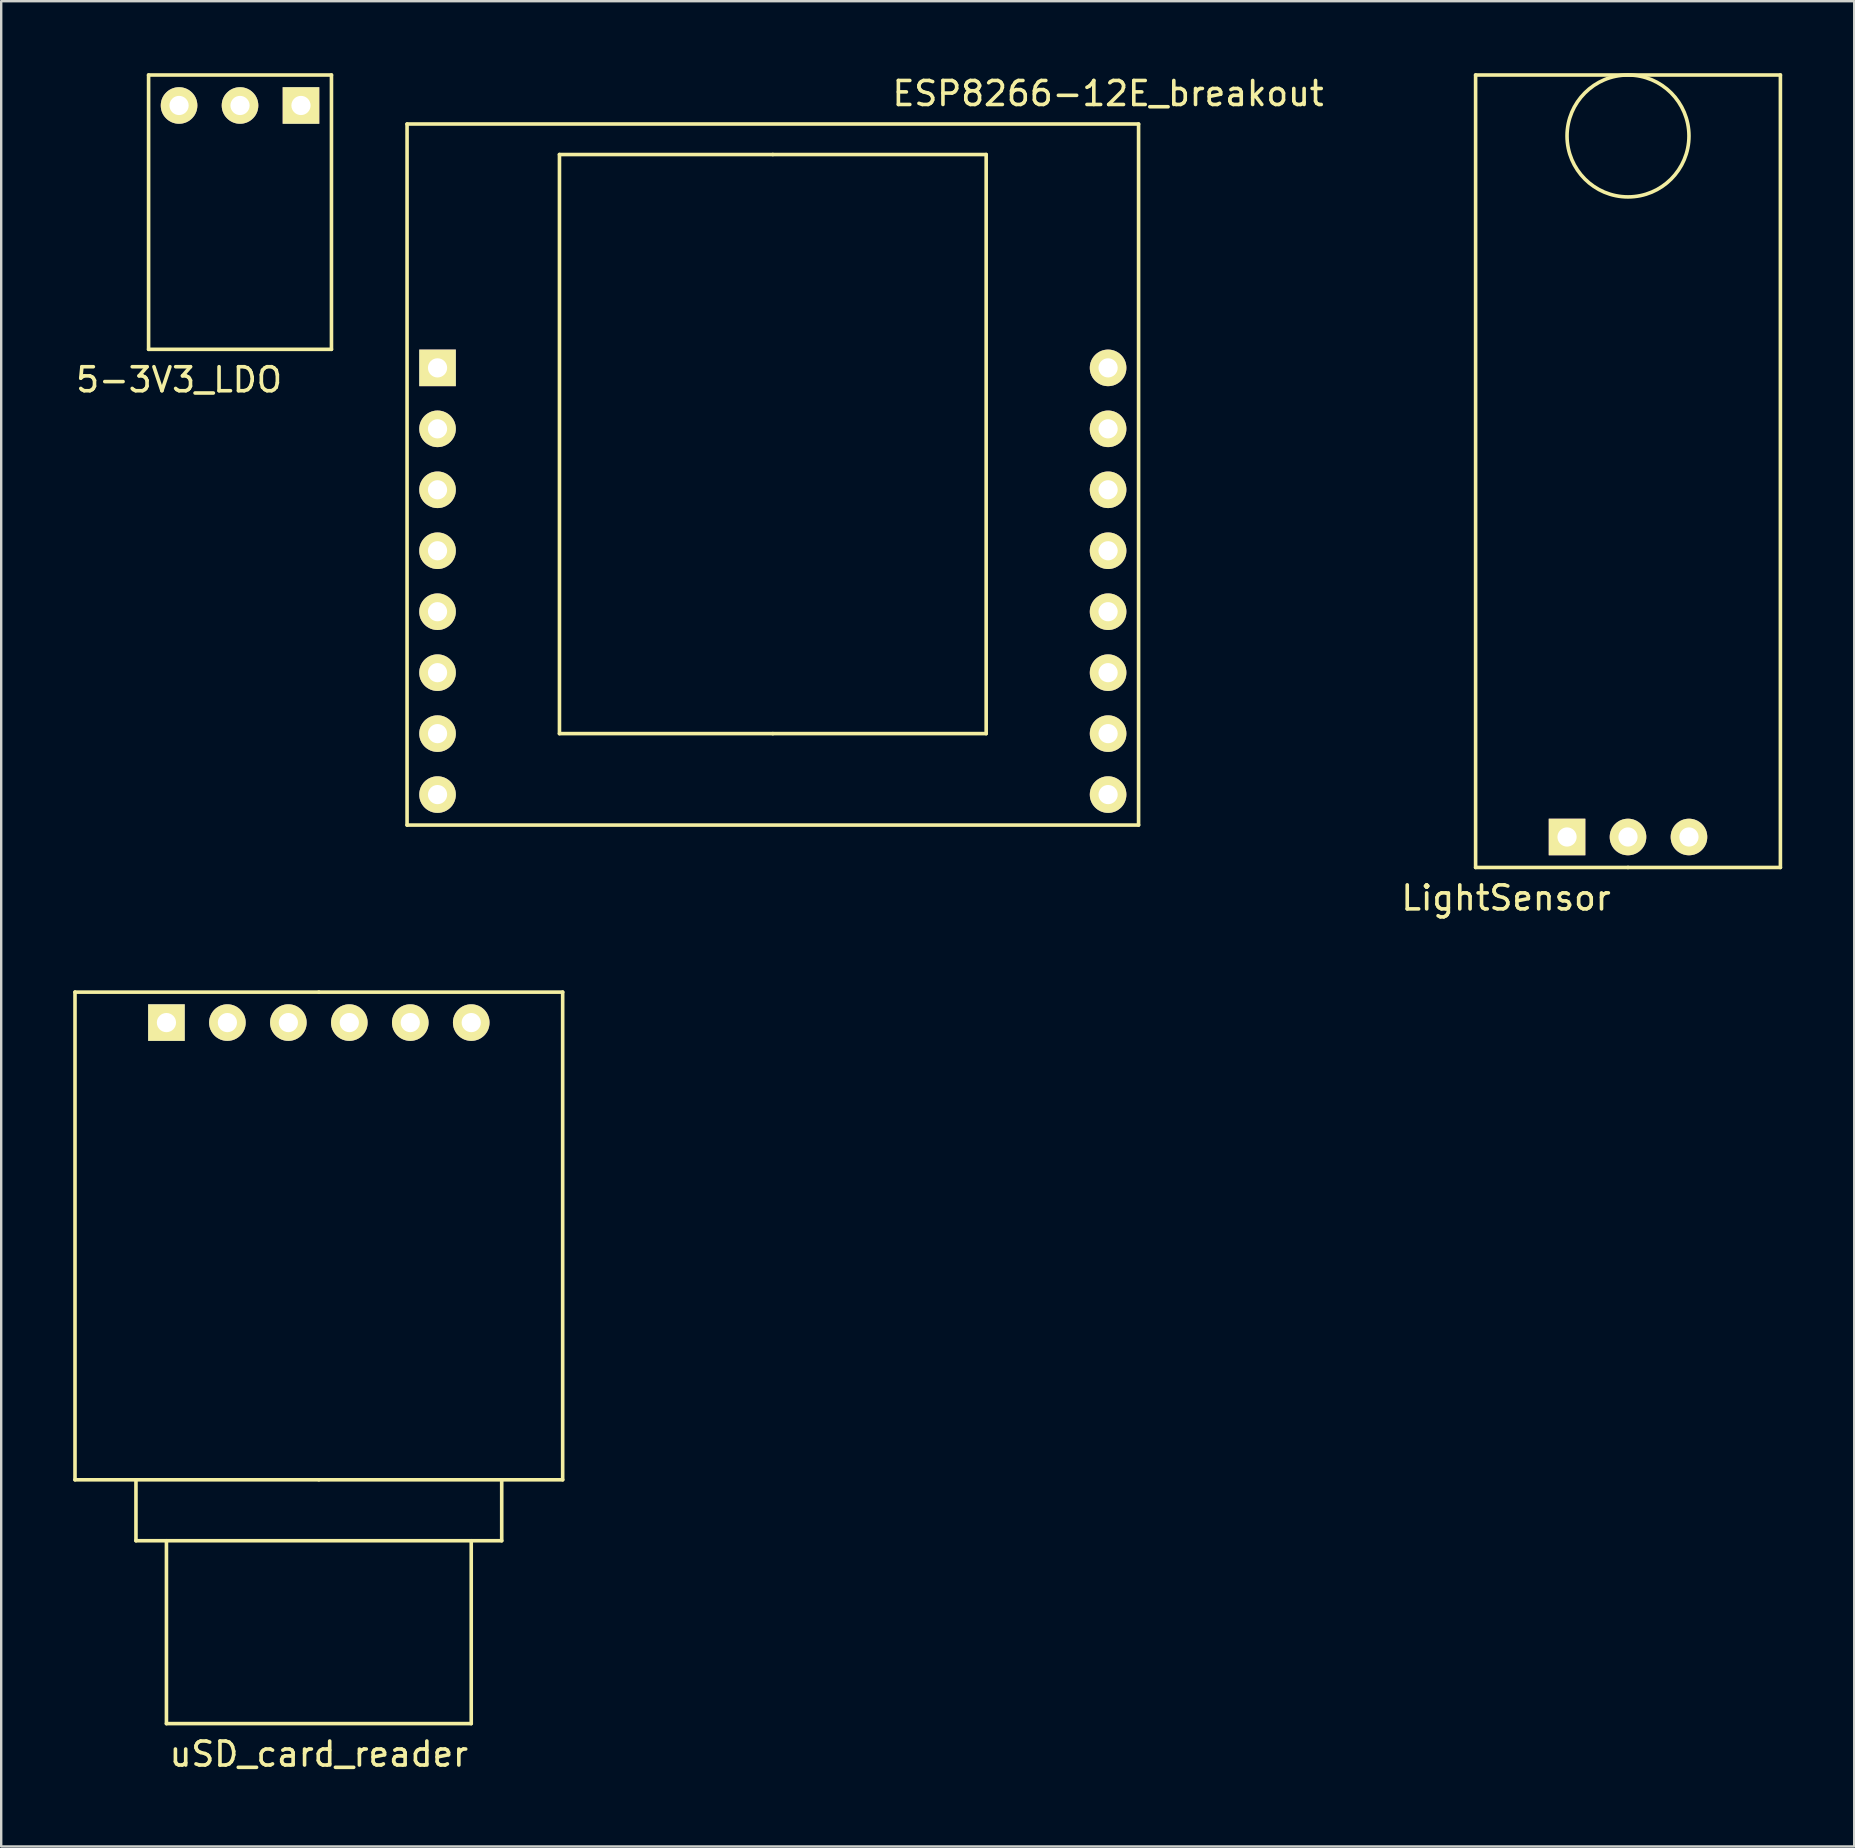
<source format=kicad_pcb>
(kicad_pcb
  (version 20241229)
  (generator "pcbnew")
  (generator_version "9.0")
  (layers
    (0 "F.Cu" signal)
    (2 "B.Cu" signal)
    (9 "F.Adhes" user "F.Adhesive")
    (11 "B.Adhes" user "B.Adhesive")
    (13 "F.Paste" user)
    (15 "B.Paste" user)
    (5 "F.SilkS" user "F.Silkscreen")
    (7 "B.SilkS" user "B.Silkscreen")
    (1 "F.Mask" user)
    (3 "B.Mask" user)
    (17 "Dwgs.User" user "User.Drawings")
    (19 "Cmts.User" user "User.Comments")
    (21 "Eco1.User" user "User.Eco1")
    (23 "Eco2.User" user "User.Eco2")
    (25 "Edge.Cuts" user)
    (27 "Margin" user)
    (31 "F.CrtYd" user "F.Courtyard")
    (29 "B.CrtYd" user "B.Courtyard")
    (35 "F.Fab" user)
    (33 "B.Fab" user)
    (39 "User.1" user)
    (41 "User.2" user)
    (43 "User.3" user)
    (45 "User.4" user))
  (footprint "uSD_card_reader"
    (layer "F.Cu")
    (at 3.885 39.558)
    (property "Reference" "uSD_card_reader" (at 6.35 30.48 0) (layer "F.SilkS") (effects (font (size 1 1) (thickness 0.15))))
    (attr through_hole)
    (fp_line (start -3.81 -1.27) (end 6.35 -1.27) (stroke (width 0.15) (type solid)) (layer "F.SilkS"))
    (fp_line (start -3.81 19.05) (end -3.81 -1.27) (stroke (width 0.15) (type solid)) (layer "F.SilkS"))
    (fp_line (start -1.27 21.59) (end -1.27 19.05) (stroke (width 0.15) (type solid)) (layer "F.SilkS"))
    (fp_line (start 0 29.21) (end 0 21.59) (stroke (width 0.15) (type solid)) (layer "F.SilkS"))
    (fp_line (start 6.35 -1.27) (end 16.51 -1.27) (stroke (width 0.15) (type solid)) (layer "F.SilkS"))
    (fp_line (start 6.35 19.05) (end -3.81 19.05) (stroke (width 0.15) (type solid)) (layer "F.SilkS"))
    (fp_line (start 12.7 21.59) (end 12.7 29.21) (stroke (width 0.15) (type solid)) (layer "F.SilkS"))
    (fp_line (start 12.7 29.21) (end 0 29.21) (stroke (width 0.15) (type solid)) (layer "F.SilkS"))
    (fp_line (start 13.97 19.05) (end 13.97 21.59) (stroke (width 0.15) (type solid)) (layer "F.SilkS"))
    (fp_line (start 13.97 21.59) (end -1.27 21.59) (stroke (width 0.15) (type solid)) (layer "F.SilkS"))
    (fp_line (start 16.51 -1.27) (end 16.51 19.05) (stroke (width 0.15) (type solid)) (layer "F.SilkS"))
    (fp_line (start 16.51 19.05) (end 6.35 19.05) (stroke (width 0.15) (type solid)) (layer "F.SilkS"))
    (pad "1" thru_hole rect (at 0 0) (size 1.524 1.524) (drill 0.8) (layers "*.Cu" "*.Mask" "F.SilkS"))
    (pad "2" thru_hole circle (at 2.54 0) (size 1.524 1.524) (drill 0.8) (layers "*.Cu" "*.Mask" "F.SilkS"))
    (pad "3" thru_hole circle (at 5.08 0) (size 1.524 1.524) (drill 0.8) (layers "*.Cu" "*.Mask" "F.SilkS"))
    (pad "4" thru_hole circle (at 7.62 0) (size 1.524 1.524) (drill 0.8) (layers "*.Cu" "*.Mask" "F.SilkS"))
    (pad "5" thru_hole circle (at 10.16 0) (size 1.524 1.524) (drill 0.8) (layers "*.Cu" "*.Mask" "F.SilkS"))
    (pad "6" thru_hole circle (at 12.7 0) (size 1.524 1.524) (drill 0.8) (layers "*.Cu" "*.Mask" "F.SilkS")))
  (footprint "5-3V3_LDO"
    (layer "F.Cu")
    (at 9.491 1.345)
    (property "Reference" "5-3V3_LDO" (at -5.08 11.43 0) (layer "F.SilkS") (effects (font (size 1 1) (thickness 0.15))))
    (attr through_hole)
    (fp_line (start -6.35 -1.27) (end 1.27 -1.27) (stroke (width 0.15) (type solid)) (layer "F.SilkS"))
    (fp_line (start -6.35 10.16) (end -6.35 -1.27) (stroke (width 0.15) (type solid)) (layer "F.SilkS"))
    (fp_line (start 1.27 -1.27) (end 1.27 10.16) (stroke (width 0.15) (type solid)) (layer "F.SilkS"))
    (fp_line (start 1.27 10.16) (end -6.35 10.16) (stroke (width 0.15) (type solid)) (layer "F.SilkS"))
    (pad "1" thru_hole rect (at 0 0) (size 1.524 1.524) (drill 0.8) (layers "*.Cu" "*.Mask" "F.SilkS"))
    (pad "2" thru_hole circle (at -2.54 0) (size 1.524 1.524) (drill 0.8) (layers "*.Cu" "*.Mask" "F.SilkS"))
    (pad "3" thru_hole circle (at -5.08 0) (size 1.524 1.524) (drill 0.8) (layers "*.Cu" "*.Mask" "F.SilkS")))
  (footprint "LightSensor"
    (layer "F.Cu")
    (at 62.244 31.825)
    (property "Reference" "LightSensor" (at -2.54 2.54 0) (layer "F.SilkS") (effects (font (size 1 1) (thickness 0.15))))
    (attr through_hole)
    (fp_line (start -3.81 -31.75) (end -3.81 1.27) (stroke (width 0.15) (type solid)) (layer "F.SilkS"))
    (fp_line (start -3.81 1.27) (end 2.54 1.27) (stroke (width 0.15) (type solid)) (layer "F.SilkS"))
    (fp_line (start 2.54 1.27) (end 8.89 1.27) (stroke (width 0.15) (type solid)) (layer "F.SilkS"))
    (fp_line (start 8.89 -31.75) (end -3.81 -31.75) (stroke (width 0.15) (type solid)) (layer "F.SilkS"))
    (fp_line (start 8.89 1.27) (end 8.89 -31.75) (stroke (width 0.15) (type solid)) (layer "F.SilkS"))
    (fp_circle (center 2.54 -29.21) (end 2.54 -31.75) (stroke (width 0.15) (type solid)) (fill no) (layer "F.SilkS"))
    (pad "1" thru_hole rect (at 0 0) (size 1.524 1.524) (drill 0.8) (layers "*.Cu" "*.Mask" "F.SilkS"))
    (pad "2" thru_hole circle (at 2.54 0) (size 1.524 1.524) (drill 0.8) (layers "*.Cu" "*.Mask" "F.SilkS"))
    (pad "3" thru_hole circle (at 5.08 0) (size 1.524 1.524) (drill 0.8) (layers "*.Cu" "*.Mask" "F.SilkS")))
  (footprint "ESP8266-12E_breakout"
    (layer "F.Cu")
    (at 15.181 12.278)
    (property "Reference" "ESP8266-12E_breakout" (at 27.94 -11.43 0) (layer "F.SilkS") (effects (font (size 1 1) (thickness 0.15))))
    (attr through_hole)
    (fp_line (start -1.27 -10.16) (end -1.27 19.05) (stroke (width 0.15) (type solid)) (layer "F.SilkS"))
    (fp_line (start -1.27 19.05) (end 29.21 19.05) (stroke (width 0.15) (type solid)) (layer "F.SilkS"))
    (fp_line (start 5.08 -8.89) (end 13.97 -8.89) (stroke (width 0.15) (type solid)) (layer "F.SilkS"))
    (fp_line (start 5.08 15.24) (end 5.08 -8.89) (stroke (width 0.15) (type solid)) (layer "F.SilkS"))
    (fp_line (start 13.97 -8.89) (end 22.86 -8.89) (stroke (width 0.15) (type solid)) (layer "F.SilkS"))
    (fp_line (start 13.97 15.24) (end 5.08 15.24) (stroke (width 0.15) (type solid)) (layer "F.SilkS"))
    (fp_line (start 22.86 -8.89) (end 22.86 15.24) (stroke (width 0.15) (type solid)) (layer "F.SilkS"))
    (fp_line (start 22.86 15.24) (end 13.97 15.24) (stroke (width 0.15) (type solid)) (layer "F.SilkS"))
    (fp_line (start 29.21 -10.16) (end -1.27 -10.16) (stroke (width 0.15) (type solid)) (layer "F.SilkS"))
    (fp_line (start 29.21 19.05) (end 29.21 -10.16) (stroke (width 0.15) (type solid)) (layer "F.SilkS"))
    (pad "1" thru_hole rect (at 0 0) (size 1.524 1.524) (drill 0.8) (layers "*.Cu" "*.Mask" "F.SilkS"))
    (pad "2" thru_hole circle (at 0 2.54) (size 1.524 1.524) (drill 0.8) (layers "*.Cu" "*.Mask" "F.SilkS"))
    (pad "3" thru_hole circle (at 0 5.08) (size 1.524 1.524) (drill 0.8) (layers "*.Cu" "*.Mask" "F.SilkS"))
    (pad "4" thru_hole circle (at 0 7.62) (size 1.524 1.524) (drill 0.8) (layers "*.Cu" "*.Mask" "F.SilkS"))
    (pad "5" thru_hole circle (at 0 10.16) (size 1.524 1.524) (drill 0.8) (layers "*.Cu" "*.Mask" "F.SilkS"))
    (pad "6" thru_hole circle (at 0 12.7) (size 1.524 1.524) (drill 0.8) (layers "*.Cu" "*.Mask" "F.SilkS"))
    (pad "7" thru_hole circle (at 0 15.24) (size 1.524 1.524) (drill 0.8) (layers "*.Cu" "*.Mask" "F.SilkS"))
    (pad "8" thru_hole circle (at 0 17.78) (size 1.524 1.524) (drill 0.8) (layers "*.Cu" "*.Mask" "F.SilkS"))
    (pad "9" thru_hole circle (at 27.94 17.78) (size 1.524 1.524) (drill 0.8) (layers "*.Cu" "*.Mask" "F.SilkS"))
    (pad "10" thru_hole circle (at 27.94 15.24) (size 1.524 1.524) (drill 0.8) (layers "*.Cu" "*.Mask" "F.SilkS"))
    (pad "11" thru_hole circle (at 27.94 12.7) (size 1.524 1.524) (drill 0.8) (layers "*.Cu" "*.Mask" "F.SilkS"))
    (pad "12" thru_hole circle (at 27.94 10.16) (size 1.524 1.524) (drill 0.8) (layers "*.Cu" "*.Mask" "F.SilkS"))
    (pad "13" thru_hole circle (at 27.94 7.62) (size 1.524 1.524) (drill 0.8) (layers "*.Cu" "*.Mask" "F.SilkS"))
    (pad "14" thru_hole circle (at 27.94 5.08) (size 1.524 1.524) (drill 0.8) (layers "*.Cu" "*.Mask" "F.SilkS"))
    (pad "15" thru_hole circle (at 27.94 2.54) (size 1.524 1.524) (drill 0.8) (layers "*.Cu" "*.Mask" "F.SilkS"))
    (pad "16" thru_hole circle (at 27.94 0) (size 1.524 1.524) (drill 0.8) (layers "*.Cu" "*.Mask" "F.SilkS")))
  (gr_rect
    (start -3 -3)
    (end 74.209 73.886)
    (stroke (width 0.1) (type default))
    (fill no)
    (layer "Edge.Cuts")))
</source>
